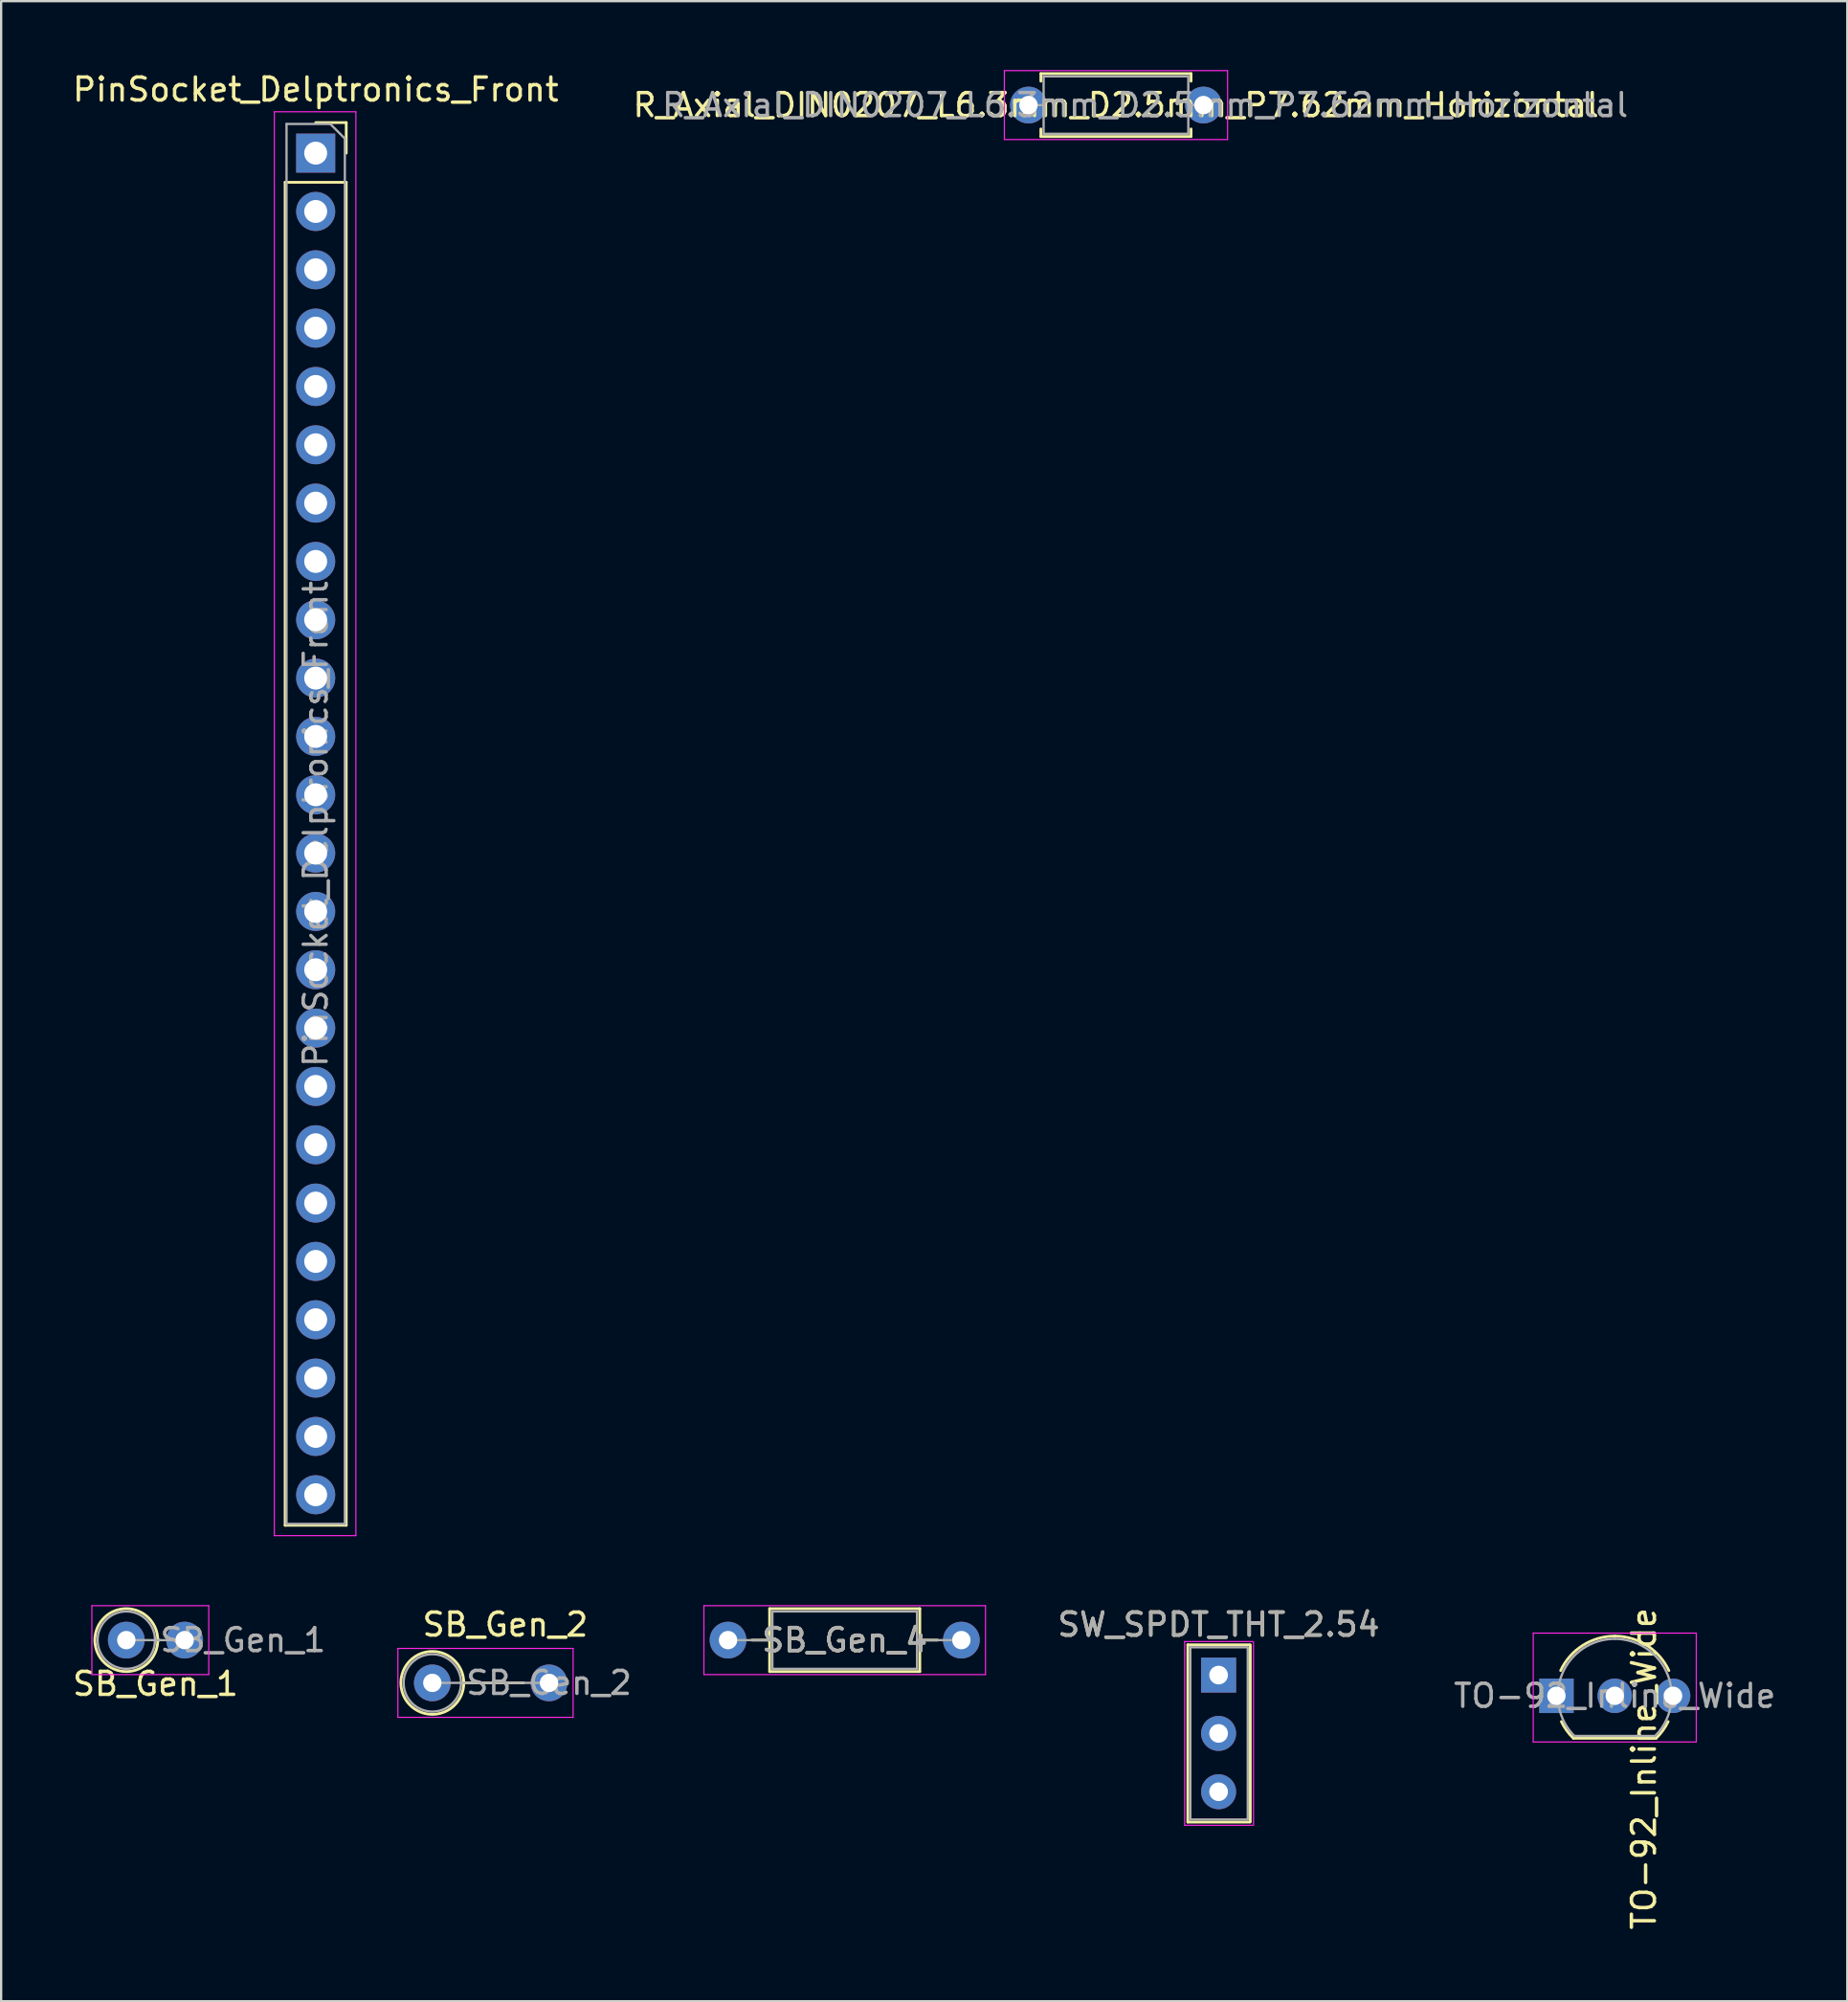
<source format=kicad_pcb>
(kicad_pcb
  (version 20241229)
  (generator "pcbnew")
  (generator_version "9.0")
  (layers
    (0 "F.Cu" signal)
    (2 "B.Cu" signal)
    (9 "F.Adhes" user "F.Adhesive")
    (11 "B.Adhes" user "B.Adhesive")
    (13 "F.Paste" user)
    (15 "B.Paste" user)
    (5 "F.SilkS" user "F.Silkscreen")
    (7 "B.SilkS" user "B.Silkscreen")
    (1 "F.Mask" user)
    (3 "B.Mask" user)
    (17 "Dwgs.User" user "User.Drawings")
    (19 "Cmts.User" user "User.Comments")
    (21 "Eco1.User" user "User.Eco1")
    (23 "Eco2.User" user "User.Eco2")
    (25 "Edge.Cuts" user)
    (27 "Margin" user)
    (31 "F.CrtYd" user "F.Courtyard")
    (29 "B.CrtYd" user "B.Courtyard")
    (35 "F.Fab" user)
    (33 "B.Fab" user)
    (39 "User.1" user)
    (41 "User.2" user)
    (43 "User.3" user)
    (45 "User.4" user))
  (footprint "TO-92_Inline_Wide"
    (layer "F.Cu")
    (at 64.721 70.793)
    (property "Reference" "TO-92_Inline_Wide" (at 3.81 3.175 90) (layer "F.SilkS") (effects (font (size 1 1) (thickness 0.15))))
    (attr through_hole)
    (fp_line (start 0.74 1.85) (end 4.34 1.85) (stroke (width 0.12) (type solid)) (layer "F.SilkS"))
    (fp_arc (start 0.1836 -1.098807) (mid 1.143021 -2.192817) (end 2.54 -2.6) (stroke (width 0.12) (type solid)) (layer "F.SilkS"))
    (fp_arc (start 0.74 1.85) (mid 0.446097 1.509328) (end 0.215816 1.122795) (stroke (width 0.12) (type solid)) (layer "F.SilkS"))
    (fp_arc (start 2.54 -2.6) (mid 3.936979 -2.192818) (end 4.8964 -1.098807) (stroke (width 0.12) (type solid)) (layer "F.SilkS"))
    (fp_arc (start 4.864184 1.122795) (mid 4.633903 1.509328) (end 4.34 1.85) (stroke (width 0.12) (type solid)) (layer "F.SilkS"))
    (fp_line (start -1.01 -2.73) (end -1.01 2.01) (stroke (width 0.05) (type solid)) (layer "F.CrtYd"))
    (fp_line (start -1.01 -2.73) (end 6.09 -2.73) (stroke (width 0.05) (type solid)) (layer "F.CrtYd"))
    (fp_line (start 6.09 2.01) (end -1.01 2.01) (stroke (width 0.05) (type solid)) (layer "F.CrtYd"))
    (fp_line (start 6.09 2.01) (end 6.09 -2.73) (stroke (width 0.05) (type solid)) (layer "F.CrtYd"))
    (fp_line (start 0.8 1.75) (end 4.3 1.75) (stroke (width 0.1) (type solid)) (layer "F.Fab"))
    (fp_arc (start 0.786375 1.753625) (mid 0.248779 -0.949055) (end 2.54 -2.48) (stroke (width 0.1) (type solid)) (layer "F.Fab"))
    (fp_arc (start 2.54 -2.48) (mid 4.831221 -0.949055) (end 4.293625 1.753625) (stroke (width 0.1) (type solid)) (layer "F.Fab"))
    (fp_text user "${REFERENCE}" (at 2.54 0 0) (layer "F.Fab") (effects (font (size 1 1) (thickness 0.15))))
    (pad "1" thru_hole rect (at 0 0) (size 1.5 1.5) (drill 0.8) (layers "*.Cu" "*.Mask"))
    (pad "2" thru_hole circle (at 2.54 0) (size 1.5 1.5) (drill 0.8) (layers "*.Cu" "*.Mask"))
    (pad "3" thru_hole circle (at 5.08 0) (size 1.5 1.5) (drill 0.8) (layers "*.Cu" "*.Mask")))
  (footprint "SB_Gen_1"
    (layer "F.Cu")
    (at 2.45 68.368)
    (property "Reference" "SB_Gen_1" (at 1.27 1.905 0) (layer "F.SilkS") (effects (font (size 1 1) (thickness 0.15))))
    (attr through_hole)
    (fp_line (start 1.37 0) (end 1.44 0) (stroke (width 0.12) (type solid)) (layer "F.SilkS"))
    (fp_circle (center 0 0) (end 1.37 0) (stroke (width 0.12) (type solid)) (fill no) (layer "F.SilkS"))
    (fp_line (start -1.5 -1.5) (end -1.5 1.5) (stroke (width 0.05) (type solid)) (layer "F.CrtYd"))
    (fp_line (start -1.5 1.5) (end 3.59 1.5) (stroke (width 0.05) (type solid)) (layer "F.CrtYd"))
    (fp_line (start 3.59 -1.5) (end -1.5 -1.5) (stroke (width 0.05) (type solid)) (layer "F.CrtYd"))
    (fp_line (start 3.59 1.5) (end 3.59 -1.5) (stroke (width 0.05) (type solid)) (layer "F.CrtYd"))
    (fp_line (start 0 0) (end 2.54 0) (stroke (width 0.1) (type solid)) (layer "F.Fab"))
    (fp_circle (center 0 0) (end 1.25 0) (stroke (width 0.1) (type solid)) (fill no) (layer "F.Fab"))
    (fp_text user "${REFERENCE}" (at 5.08 0 0) (layer "F.Fab") (effects (font (size 1 1) (thickness 0.15))))
    (pad "1" thru_hole circle (at 0 0) (size 1.6 1.6) (drill 0.8) (layers "*.Cu" "*.Mask"))
    (pad "2" thru_hole oval (at 2.54 0) (size 1.6 1.6) (drill 0.8) (layers "*.Cu" "*.Mask")))
  (footprint "R_Axial_DIN0207_L6.3mm_D2.5mm_P7.62mm_Horizontal"
    (layer "F.Cu")
    (at 41.732 1.525)
    (property "Reference" "R_Axial_DIN0207_L6.3mm_D2.5mm_P7.62mm_Horizontal" (at 3.81 0 180) (layer "F.SilkS") (effects (font (size 1 1) (thickness 0.15))))
    (attr through_hole)
    (fp_line (start 0.54 -1.37) (end 7.08 -1.37) (stroke (width 0.12) (type solid)) (layer "F.SilkS"))
    (fp_line (start 0.54 -1.04) (end 0.54 -1.37) (stroke (width 0.12) (type solid)) (layer "F.SilkS"))
    (fp_line (start 0.54 1.04) (end 0.54 1.37) (stroke (width 0.12) (type solid)) (layer "F.SilkS"))
    (fp_line (start 0.54 1.37) (end 7.08 1.37) (stroke (width 0.12) (type solid)) (layer "F.SilkS"))
    (fp_line (start 7.08 -1.37) (end 7.08 -1.04) (stroke (width 0.12) (type solid)) (layer "F.SilkS"))
    (fp_line (start 7.08 1.37) (end 7.08 1.04) (stroke (width 0.12) (type solid)) (layer "F.SilkS"))
    (fp_line (start -1.05 -1.5) (end -1.05 1.5) (stroke (width 0.05) (type solid)) (layer "F.CrtYd"))
    (fp_line (start -1.05 1.5) (end 8.67 1.5) (stroke (width 0.05) (type solid)) (layer "F.CrtYd"))
    (fp_line (start 8.67 -1.5) (end -1.05 -1.5) (stroke (width 0.05) (type solid)) (layer "F.CrtYd"))
    (fp_line (start 8.67 1.5) (end 8.67 -1.5) (stroke (width 0.05) (type solid)) (layer "F.CrtYd"))
    (fp_line (start 0 0) (end 0.66 0) (stroke (width 0.1) (type solid)) (layer "F.Fab"))
    (fp_line (start 0.66 -1.25) (end 0.66 1.25) (stroke (width 0.1) (type solid)) (layer "F.Fab"))
    (fp_line (start 0.66 1.25) (end 6.96 1.25) (stroke (width 0.1) (type solid)) (layer "F.Fab"))
    (fp_line (start 6.96 -1.25) (end 0.66 -1.25) (stroke (width 0.1) (type solid)) (layer "F.Fab"))
    (fp_line (start 6.96 1.25) (end 6.96 -1.25) (stroke (width 0.1) (type solid)) (layer "F.Fab"))
    (fp_line (start 7.62 0) (end 6.96 0) (stroke (width 0.1) (type solid)) (layer "F.Fab"))
    (fp_text user "${REFERENCE}" (at 5.08 0 180) (layer "F.Fab") (effects (font (size 1 1) (thickness 0.15))))
    (pad "1" thru_hole circle (at 0 0) (size 1.6 1.6) (drill 0.8) (layers "*.Cu" "*.Mask"))
    (pad "2" thru_hole oval (at 7.62 0) (size 1.6 1.6) (drill 0.8) (layers "*.Cu" "*.Mask")))
  (footprint "SB_Gen_4"
    (layer "F.Cu")
    (at 28.651 68.368)
    (property "Reference" "SB_Gen_4" (at 5.08 0 0) (layer "F.SilkS") (effects (font (size 1 1) (thickness 0.15))))
    (attr through_hole)
    (fp_line (start 1.04 0) (end 1.81 0) (stroke (width 0.12) (type solid)) (layer "F.SilkS"))
    (fp_line (start 1.81 -1.37) (end 1.81 1.37) (stroke (width 0.12) (type solid)) (layer "F.SilkS"))
    (fp_line (start 1.81 1.37) (end 8.35 1.37) (stroke (width 0.12) (type solid)) (layer "F.SilkS"))
    (fp_line (start 8.35 -1.37) (end 1.81 -1.37) (stroke (width 0.12) (type solid)) (layer "F.SilkS"))
    (fp_line (start 8.35 1.37) (end 8.35 -1.37) (stroke (width 0.12) (type solid)) (layer "F.SilkS"))
    (fp_line (start 9.12 0) (end 8.35 0) (stroke (width 0.12) (type solid)) (layer "F.SilkS"))
    (fp_line (start -1.05 -1.5) (end -1.05 1.5) (stroke (width 0.05) (type solid)) (layer "F.CrtYd"))
    (fp_line (start -1.05 1.5) (end 11.21 1.5) (stroke (width 0.05) (type solid)) (layer "F.CrtYd"))
    (fp_line (start 11.21 -1.5) (end -1.05 -1.5) (stroke (width 0.05) (type solid)) (layer "F.CrtYd"))
    (fp_line (start 11.21 1.5) (end 11.21 -1.5) (stroke (width 0.05) (type solid)) (layer "F.CrtYd"))
    (fp_line (start 0 0) (end 1.93 0) (stroke (width 0.1) (type solid)) (layer "F.Fab"))
    (fp_line (start 1.93 -1.25) (end 1.93 1.25) (stroke (width 0.1) (type solid)) (layer "F.Fab"))
    (fp_line (start 1.93 1.25) (end 8.23 1.25) (stroke (width 0.1) (type solid)) (layer "F.Fab"))
    (fp_line (start 8.23 -1.25) (end 1.93 -1.25) (stroke (width 0.1) (type solid)) (layer "F.Fab"))
    (fp_line (start 8.23 1.25) (end 8.23 -1.25) (stroke (width 0.1) (type solid)) (layer "F.Fab"))
    (fp_line (start 10.16 0) (end 8.23 0) (stroke (width 0.1) (type solid)) (layer "F.Fab"))
    (fp_text user "${REFERENCE}" (at 5.08 0 0) (layer "F.Fab") (effects (font (size 1 1) (thickness 0.15))))
    (pad "1" thru_hole circle (at 0 0) (size 1.6 1.6) (drill 0.8) (layers "*.Cu" "*.Mask"))
    (pad "2" thru_hole oval (at 10.16 0) (size 1.6 1.6) (drill 0.8) (layers "*.Cu" "*.Mask")))
  (footprint "SW_SPDT_THT_2.54"
    (layer "F.Cu")
    (at 50.011 69.891)
    (property "Reference" "SW_SPDT_THT_2.54" (at 0 -2.2 0) (layer "F.SilkS") (effects (font (size 1 1) (thickness 0.15))))
    (attr through_hole)
    (fp_line (start -1.341 -1.321) (end 1.341 -1.321) (stroke (width 0.12) (type solid)) (layer "F.SilkS"))
    (fp_line (start -1.341 6.401) (end -1.341 -1.321) (stroke (width 0.12) (type solid)) (layer "F.SilkS"))
    (fp_line (start -1.341 6.401) (end 1.341 6.401) (stroke (width 0.12) (type solid)) (layer "F.SilkS"))
    (fp_line (start 1.381 -1.321) (end 1.381 6.401) (stroke (width 0.12) (type solid)) (layer "F.SilkS"))
    (fp_line (start -1.48 6.54) (end -1.48 -1.46) (stroke (width 0.05) (type solid)) (layer "F.CrtYd"))
    (fp_line (start -1.48 6.54) (end 1.48 6.54) (stroke (width 0.05) (type solid)) (layer "F.CrtYd"))
    (fp_line (start 1.48 -1.46) (end -1.48 -1.46) (stroke (width 0.05) (type solid)) (layer "F.CrtYd"))
    (fp_line (start 1.52 -1.46) (end 1.52 6.54) (stroke (width 0.05) (type solid)) (layer "F.CrtYd"))
    (fp_line (start -1.23 -1.21) (end 1.23 -1.21) (stroke (width 0.1) (type solid)) (layer "F.Fab"))
    (fp_line (start -1.23 6.29) (end -1.23 -1.21) (stroke (width 0.1) (type solid)) (layer "F.Fab"))
    (fp_line (start -1.23 6.29) (end 1.23 6.29) (stroke (width 0.1) (type solid)) (layer "F.Fab"))
    (fp_line (start 1.27 6.29) (end 1.27 -1.21) (stroke (width 0.1) (type solid)) (layer "F.Fab"))
    (fp_text user "${REFERENCE}" (at 0 -2.2 0) (layer "F.Fab") (effects (font (size 1 1) (thickness 0.15))))
    (pad "1" thru_hole rect (at 0 0) (size 1.524 1.524) (drill 0.813) (layers "*.Cu" "*.Mask"))
    (pad "2" thru_hole circle (at 0 2.54) (size 1.524 1.524) (drill 0.813) (layers "*.Cu" "*.Mask"))
    (pad "3" thru_hole circle (at 0 5.08) (size 1.524 1.524) (drill 0.813) (layers "*.Cu" "*.Mask")))
  (footprint "SB_Gen_2"
    (layer "F.Cu")
    (at 15.775 70.231)
    (property "Reference" "SB_Gen_2" (at 3.175 -2.54 0) (layer "F.SilkS") (effects (font (size 1 1) (thickness 0.15))))
    (attr through_hole)
    (fp_line (start 1.37 0) (end 3.98 0) (stroke (width 0.12) (type solid)) (layer "F.SilkS"))
    (fp_circle (center 0 0) (end 1.37 0) (stroke (width 0.12) (type solid)) (fill no) (layer "F.SilkS"))
    (fp_line (start -1.5 -1.5) (end -1.5 1.5) (stroke (width 0.05) (type solid)) (layer "F.CrtYd"))
    (fp_line (start -1.5 1.5) (end 6.13 1.5) (stroke (width 0.05) (type solid)) (layer "F.CrtYd"))
    (fp_line (start 6.13 -1.5) (end -1.5 -1.5) (stroke (width 0.05) (type solid)) (layer "F.CrtYd"))
    (fp_line (start 6.13 1.5) (end 6.13 -1.5) (stroke (width 0.05) (type solid)) (layer "F.CrtYd"))
    (fp_line (start 0 0) (end 5.08 0) (stroke (width 0.1) (type solid)) (layer "F.Fab"))
    (fp_circle (center 0 0) (end 1.25 0) (stroke (width 0.1) (type solid)) (fill no) (layer "F.Fab"))
    (fp_text user "${REFERENCE}" (at 5.08 0 0) (layer "F.Fab") (effects (font (size 1 1) (thickness 0.15))))
    (pad "1" thru_hole circle (at 0 0) (size 1.6 1.6) (drill 0.8) (layers "*.Cu" "*.Mask"))
    (pad "2" thru_hole oval (at 5.08 0) (size 1.6 1.6) (drill 0.8) (layers "*.Cu" "*.Mask")))
  (footprint "PinSocket_Delptronics_Front"
    (layer "F.Cu")
    (at 10.696 3.618)
    (property "Reference" "PinSocket_Delptronics_Front" (at 0 -2.77 180) (layer "F.SilkS") (effects (font (size 1 1) (thickness 0.15))))
    (attr through_hole)
    (fp_line (start -1.33 1.27) (end -1.33 59.75) (stroke (width 0.12) (type solid)) (layer "F.SilkS"))
    (fp_line (start -1.33 1.27) (end 1.33 1.27) (stroke (width 0.12) (type solid)) (layer "F.SilkS"))
    (fp_line (start -1.33 59.75) (end 1.33 59.75) (stroke (width 0.12) (type solid)) (layer "F.SilkS"))
    (fp_line (start 0 -1.33) (end 1.33 -1.33) (stroke (width 0.12) (type solid)) (layer "F.SilkS"))
    (fp_line (start 1.33 -1.33) (end 1.33 0) (stroke (width 0.12) (type solid)) (layer "F.SilkS"))
    (fp_line (start 1.33 1.27) (end 1.33 59.75) (stroke (width 0.12) (type solid)) (layer "F.SilkS"))
    (fp_line (start -1.8 -1.8) (end 1.75 -1.8) (stroke (width 0.05) (type solid)) (layer "F.CrtYd"))
    (fp_line (start -1.8 60.2) (end -1.8 -1.8) (stroke (width 0.05) (type solid)) (layer "F.CrtYd"))
    (fp_line (start 1.75 -1.8) (end 1.75 60.2) (stroke (width 0.05) (type solid)) (layer "F.CrtYd"))
    (fp_line (start 1.75 60.2) (end -1.8 60.2) (stroke (width 0.05) (type solid)) (layer "F.CrtYd"))
    (fp_line (start -1.27 -1.27) (end 0.635 -1.27) (stroke (width 0.1) (type solid)) (layer "F.Fab"))
    (fp_line (start -1.27 59.69) (end -1.27 -1.27) (stroke (width 0.1) (type solid)) (layer "F.Fab"))
    (fp_line (start 0.635 -1.27) (end 1.27 -0.635) (stroke (width 0.1) (type solid)) (layer "F.Fab"))
    (fp_line (start 1.27 -0.635) (end 1.27 59.69) (stroke (width 0.1) (type solid)) (layer "F.Fab"))
    (fp_line (start 1.27 59.69) (end -1.27 59.69) (stroke (width 0.1) (type solid)) (layer "F.Fab"))
    (fp_text user "${REFERENCE}" (at 0 29.21 270) (layer "F.Fab") (effects (font (size 1 1) (thickness 0.15))))
    (pad "1" thru_hole rect (at 0 0) (size 1.7 1.7) (drill 1) (layers "*.Cu" "*.Mask"))
    (pad "2" thru_hole oval (at 0 2.54) (size 1.7 1.7) (drill 1) (layers "*.Cu" "*.Mask"))
    (pad "3" thru_hole oval (at 0 5.08) (size 1.7 1.7) (drill 1) (layers "*.Cu" "*.Mask"))
    (pad "4" thru_hole oval (at 0 7.62) (size 1.7 1.7) (drill 1) (layers "*.Cu" "*.Mask"))
    (pad "5" thru_hole oval (at 0 10.16) (size 1.7 1.7) (drill 1) (layers "*.Cu" "*.Mask"))
    (pad "6" thru_hole oval (at 0 12.7) (size 1.7 1.7) (drill 1) (layers "*.Cu" "*.Mask"))
    (pad "7" thru_hole oval (at 0 15.24) (size 1.7 1.7) (drill 1) (layers "*.Cu" "*.Mask"))
    (pad "8" thru_hole oval (at 0 17.78) (size 1.7 1.7) (drill 1) (layers "*.Cu" "*.Mask"))
    (pad "9" thru_hole oval (at 0 20.32) (size 1.7 1.7) (drill 1) (layers "*.Cu" "*.Mask"))
    (pad "10" thru_hole oval (at 0 22.86) (size 1.7 1.7) (drill 1) (layers "*.Cu" "*.Mask"))
    (pad "11" thru_hole oval (at 0 25.4) (size 1.7 1.7) (drill 1) (layers "*.Cu" "*.Mask"))
    (pad "12" thru_hole oval (at 0 27.94) (size 1.7 1.7) (drill 1) (layers "*.Cu" "*.Mask"))
    (pad "13" thru_hole oval (at 0 30.48) (size 1.7 1.7) (drill 1) (layers "*.Cu" "*.Mask"))
    (pad "14" thru_hole oval (at 0 33.02) (size 1.7 1.7) (drill 1) (layers "*.Cu" "*.Mask"))
    (pad "15" thru_hole oval (at 0 35.56) (size 1.7 1.7) (drill 1) (layers "*.Cu" "*.Mask"))
    (pad "16" thru_hole oval (at 0 38.1) (size 1.7 1.7) (drill 1) (layers "*.Cu" "*.Mask"))
    (pad "17" thru_hole oval (at 0 40.64) (size 1.7 1.7) (drill 1) (layers "*.Cu" "*.Mask"))
    (pad "18" thru_hole oval (at 0 43.18) (size 1.7 1.7) (drill 1) (layers "*.Cu" "*.Mask"))
    (pad "19" thru_hole oval (at 0 45.72) (size 1.7 1.7) (drill 1) (layers "*.Cu" "*.Mask"))
    (pad "20" thru_hole oval (at 0 48.26) (size 1.7 1.7) (drill 1) (layers "*.Cu" "*.Mask"))
    (pad "21" thru_hole oval (at 0 50.8) (size 1.7 1.7) (drill 1) (layers "*.Cu" "*.Mask"))
    (pad "22" thru_hole oval (at 0 53.34) (size 1.7 1.7) (drill 1) (layers "*.Cu" "*.Mask"))
    (pad "23" thru_hole oval (at 0 55.88) (size 1.7 1.7) (drill 1) (layers "*.Cu" "*.Mask"))
    (pad "24" thru_hole oval (at 0 58.42) (size 1.7 1.7) (drill 1) (layers "*.Cu" "*.Mask")))
  (gr_rect
    (start -3 -3)
    (end 77.386 84.093)
    (stroke (width 0.1) (type default))
    (fill no)
    (layer "Edge.Cuts")))
</source>
